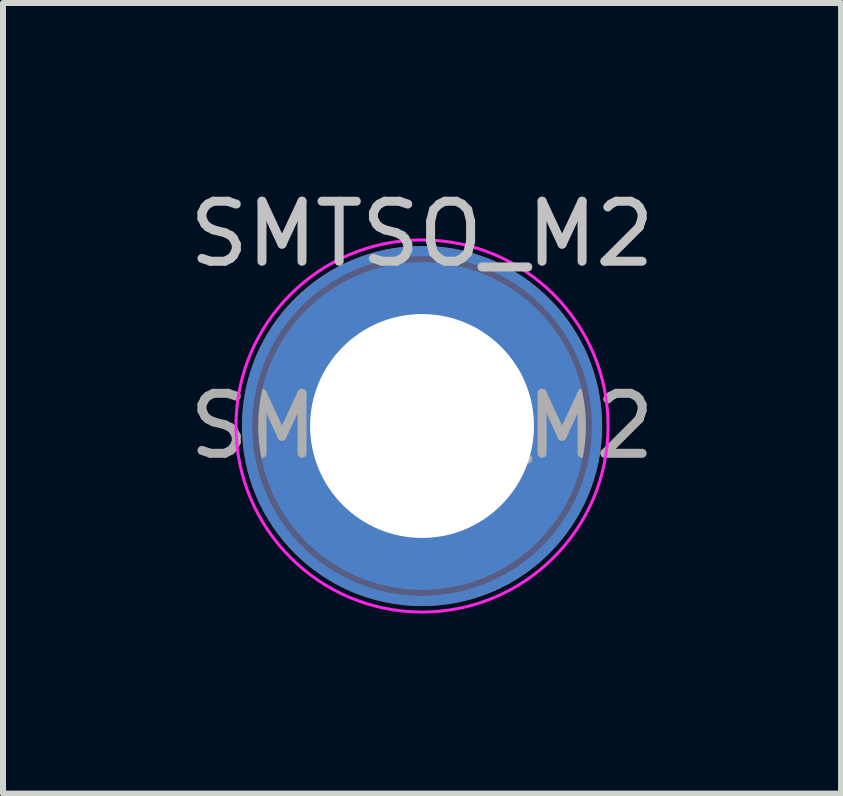
<source format=kicad_pcb>
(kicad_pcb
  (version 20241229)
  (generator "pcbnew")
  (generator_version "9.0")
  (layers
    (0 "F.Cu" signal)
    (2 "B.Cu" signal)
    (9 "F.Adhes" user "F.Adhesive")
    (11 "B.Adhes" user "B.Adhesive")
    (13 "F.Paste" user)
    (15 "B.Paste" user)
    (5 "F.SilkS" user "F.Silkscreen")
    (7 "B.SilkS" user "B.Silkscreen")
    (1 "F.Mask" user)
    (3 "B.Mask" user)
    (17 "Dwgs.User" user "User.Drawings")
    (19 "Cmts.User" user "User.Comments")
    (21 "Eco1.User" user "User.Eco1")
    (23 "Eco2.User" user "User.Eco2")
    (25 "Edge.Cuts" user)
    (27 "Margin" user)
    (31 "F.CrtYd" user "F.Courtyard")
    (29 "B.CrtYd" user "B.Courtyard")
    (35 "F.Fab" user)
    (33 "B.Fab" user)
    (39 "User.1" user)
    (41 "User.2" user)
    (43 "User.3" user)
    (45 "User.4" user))
  (footprint "SMTSO_M2"
    (layer "F.Cu")
    (at 3.982 4.048)
    (property "Reference" "SMTSO_M2" (at 0 -3.2 0) (layer "Dwgs.User") (effects (font (size 1 1) (thickness 0.15))))
    (attr exclude_from_pos_files exclude_from_bom)
    (fp_circle (center 0 0) (end 3.1 0) (stroke (width 0.05) (type solid)) (fill no) (layer "F.CrtYd"))
    (fp_circle (center 0 0) (end 0 0) (stroke (width 0.1) (type solid)) (fill no) (layer "B.Fab"))
    (fp_circle (center 0 0) (end 2.78 0) (stroke (width 0.1) (type solid)) (fill no) (layer "B.Fab"))
    (fp_text user "${REFERENCE}" (at 0 0 0) (layer "F.Fab") (effects (font (size 1 1) (thickness 0.15))))
    (pad "" thru_hole circle (at 0 0) (size 6 6) (drill 3.73) (layers "*.Cu" "*.Mask")))
  (gr_rect
    (start -3 -3)
    (end 10.964 10.173)
    (stroke (width 0.1) (type default))
    (fill no)
    (layer "Edge.Cuts")))
</source>
